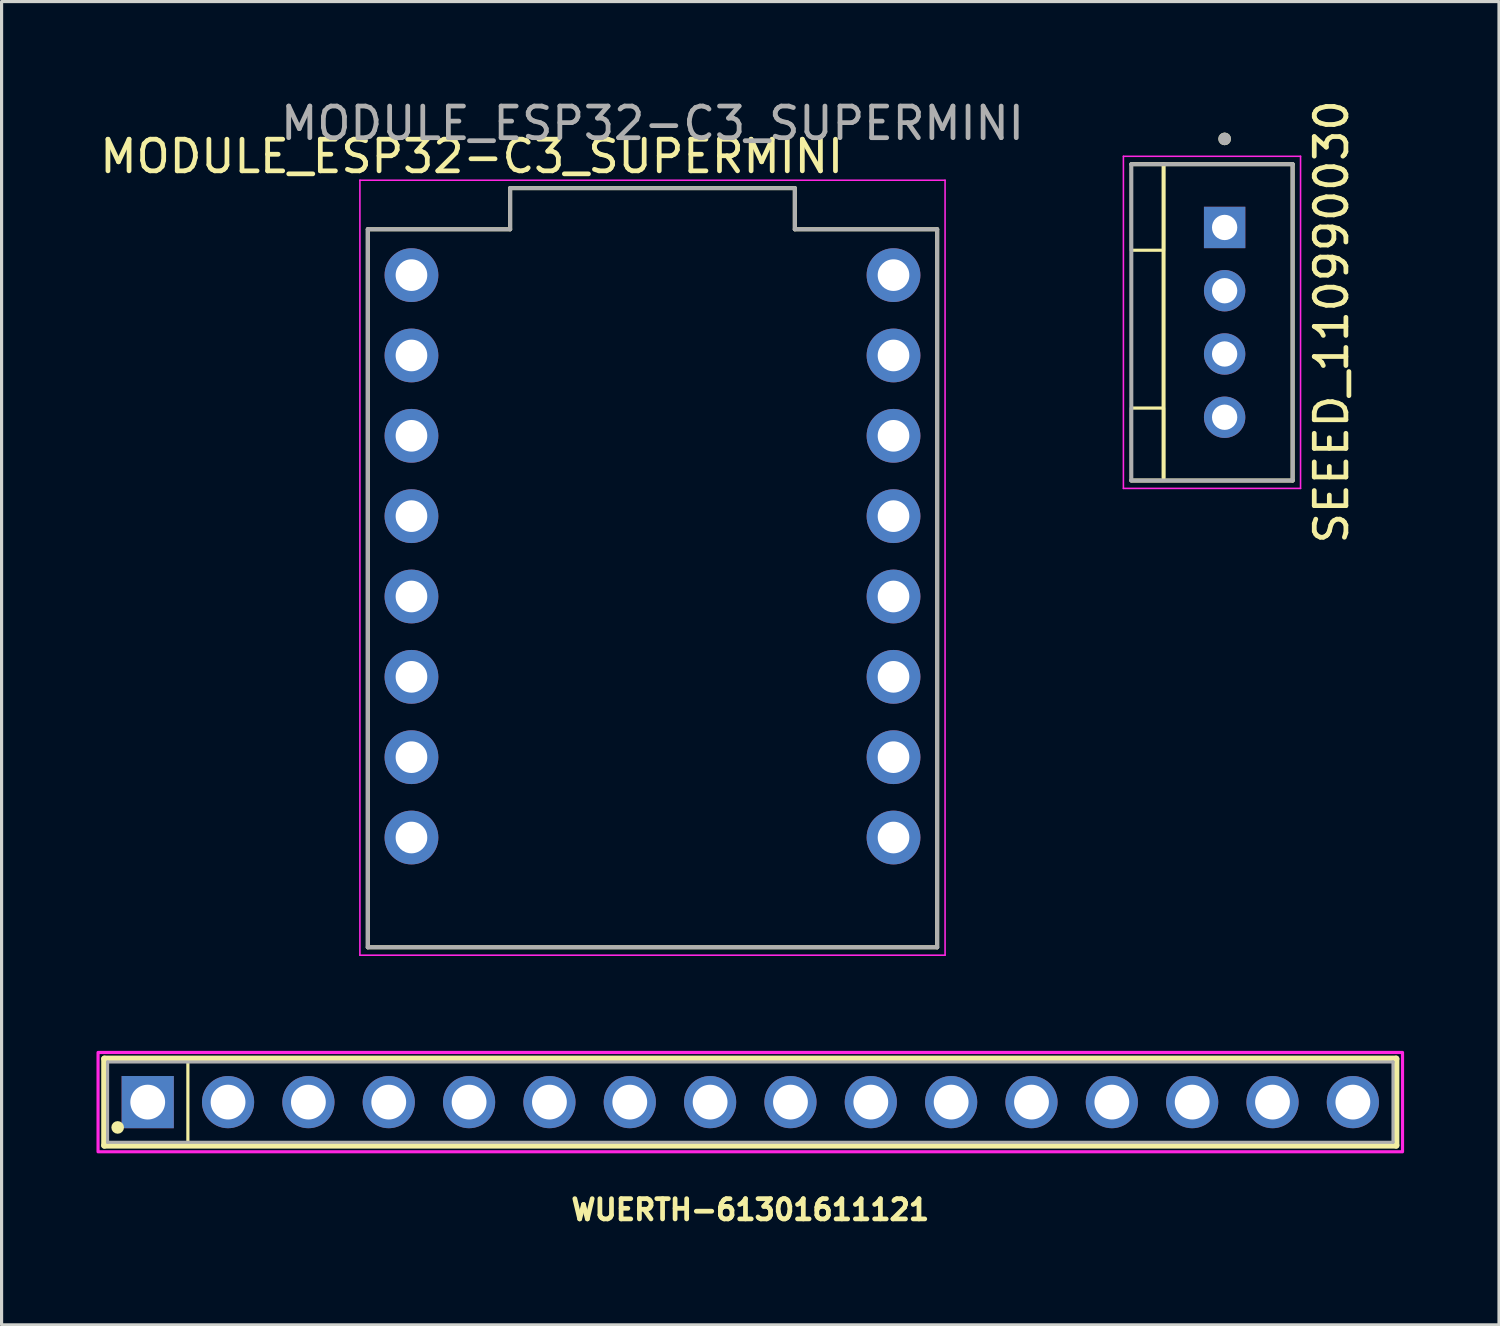
<source format=kicad_pcb>
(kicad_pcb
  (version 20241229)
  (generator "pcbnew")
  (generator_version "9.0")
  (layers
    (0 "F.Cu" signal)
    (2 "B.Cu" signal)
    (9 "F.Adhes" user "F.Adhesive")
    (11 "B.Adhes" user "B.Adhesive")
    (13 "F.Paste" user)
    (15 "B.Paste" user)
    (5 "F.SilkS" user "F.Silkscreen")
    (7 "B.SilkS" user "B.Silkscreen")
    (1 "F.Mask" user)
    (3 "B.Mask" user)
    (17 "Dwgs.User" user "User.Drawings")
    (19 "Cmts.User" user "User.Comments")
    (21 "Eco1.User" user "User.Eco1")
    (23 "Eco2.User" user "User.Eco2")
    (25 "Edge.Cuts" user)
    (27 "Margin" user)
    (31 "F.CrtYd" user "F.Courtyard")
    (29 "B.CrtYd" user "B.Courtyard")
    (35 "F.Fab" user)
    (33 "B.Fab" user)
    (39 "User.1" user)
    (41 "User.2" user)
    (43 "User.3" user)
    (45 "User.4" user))
  (footprint "MODULE_ESP32-C3_SUPERMINI"
    (layer "F.Cu")
    (at 17.578 15.548)
    (property "Reference" "MODULE_ESP32-C3_SUPERMINI" (at -5.715 -13.652 0) (layer "F.SilkS") (effects (font (size 1 1) (thickness 0.15))))
    (attr through_hole)
    (fp_line (start -9 11.35) (end -9 -11.35) (stroke (width 0.127) (type solid)) (layer "F.SilkS"))
    (fp_line (start -4.5 -12.65) (end -4.5 -11.35) (stroke (width 0.127) (type solid)) (layer "F.SilkS"))
    (fp_line (start -4.5 -11.35) (end -9 -11.35) (stroke (width 0.127) (type solid)) (layer "F.SilkS"))
    (fp_line (start 4.5 -12.65) (end -4.5 -12.65) (stroke (width 0.127) (type solid)) (layer "F.SilkS"))
    (fp_line (start 4.5 -12.65) (end 4.5 -11.35) (stroke (width 0.127) (type solid)) (layer "F.SilkS"))
    (fp_line (start 9 -11.35) (end 4.5 -11.35) (stroke (width 0.127) (type solid)) (layer "F.SilkS"))
    (fp_line (start 9 11.35) (end -9 11.35) (stroke (width 0.127) (type solid)) (layer "F.SilkS"))
    (fp_line (start 9 11.35) (end 9 -11.35) (stroke (width 0.127) (type solid)) (layer "F.SilkS"))
    (fp_line (start -9.25 -12.9) (end 9.25 -12.9) (stroke (width 0.05) (type solid)) (layer "F.CrtYd"))
    (fp_line (start -9.25 11.6) (end -9.25 -12.9) (stroke (width 0.05) (type solid)) (layer "F.CrtYd"))
    (fp_line (start 9.25 -12.9) (end 9.25 11.6) (stroke (width 0.05) (type solid)) (layer "F.CrtYd"))
    (fp_line (start 9.25 11.6) (end -9.25 11.6) (stroke (width 0.05) (type solid)) (layer "F.CrtYd"))
    (fp_line (start -9 11.35) (end -9 -11.35) (stroke (width 0.127) (type solid)) (layer "F.Fab"))
    (fp_line (start -4.5 -12.65) (end -4.5 -11.35) (stroke (width 0.127) (type solid)) (layer "F.Fab"))
    (fp_line (start -4.5 -11.35) (end -9 -11.35) (stroke (width 0.127) (type solid)) (layer "F.Fab"))
    (fp_line (start 4.5 -12.65) (end -4.5 -12.65) (stroke (width 0.127) (type solid)) (layer "F.Fab"))
    (fp_line (start 4.5 -12.65) (end 4.5 -11.35) (stroke (width 0.127) (type solid)) (layer "F.Fab"))
    (fp_line (start 9 -11.35) (end 4.5 -11.35) (stroke (width 0.127) (type solid)) (layer "F.Fab"))
    (fp_line (start 9 11.35) (end -9 11.35) (stroke (width 0.127) (type solid)) (layer "F.Fab"))
    (fp_line (start 9 11.35) (end 9 -11.35) (stroke (width 0.127) (type solid)) (layer "F.Fab"))
    (fp_text user "${REFERENCE}" (at 0 -14.7 0) (unlocked yes) (layer "F.Fab") (effects (font (size 1 1) (thickness 0.15))))
    (pad "0" thru_hole circle (at 7.62 7.88) (size 1.7 1.7) (drill 1) (layers "*.Cu" "*.Mask"))
    (pad "1" thru_hole circle (at 7.62 5.34) (size 1.7 1.7) (drill 1) (layers "*.Cu" "*.Mask"))
    (pad "2" thru_hole circle (at 7.62 2.8) (size 1.7 1.7) (drill 1) (layers "*.Cu" "*.Mask"))
    (pad "3" thru_hole circle (at 7.62 0.26) (size 1.7 1.7) (drill 1) (layers "*.Cu" "*.Mask"))
    (pad "3.3" thru_hole circle (at 7.62 -4.82) (size 1.7 1.7) (drill 1) (layers "*.Cu" "*.Mask"))
    (pad "4" thru_hole circle (at 7.62 -2.28) (size 1.7 1.7) (drill 1) (layers "*.Cu" "*.Mask"))
    (pad "5" thru_hole circle (at -7.62 -9.9) (size 1.7 1.7) (drill 1) (layers "*.Cu" "*.Mask"))
    (pad "5V" thru_hole circle (at 7.62 -9.9) (size 1.7 1.7) (drill 1) (layers "*.Cu" "*.Mask"))
    (pad "6" thru_hole circle (at -7.62 -7.36) (size 1.7 1.7) (drill 1) (layers "*.Cu" "*.Mask"))
    (pad "7" thru_hole circle (at -7.62 -4.82) (size 1.7 1.7) (drill 1) (layers "*.Cu" "*.Mask"))
    (pad "8" thru_hole circle (at -7.62 -2.28) (size 1.7 1.7) (drill 1) (layers "*.Cu" "*.Mask"))
    (pad "9" thru_hole circle (at -7.62 0.26) (size 1.7 1.7) (drill 1) (layers "*.Cu" "*.Mask"))
    (pad "10" thru_hole circle (at -7.62 2.8) (size 1.7 1.7) (drill 1) (layers "*.Cu" "*.Mask"))
    (pad "20" thru_hole circle (at -7.62 5.34) (size 1.7 1.7) (drill 1) (layers "*.Cu" "*.Mask"))
    (pad "21" thru_hole circle (at -7.62 7.88) (size 1.7 1.7) (drill 1) (layers "*.Cu" "*.Mask"))
    (pad "G" thru_hole circle (at 7.62 -7.36) (size 1.7 1.7) (drill 1) (layers "*.Cu" "*.Mask")))
  (footprint "WUERTH-61301611121"
    (layer "F.Cu")
    (at 20.67 31.793)
    (property "Reference" "WUERTH-61301611121" (at 0 3.404 0) (layer "F.SilkS") (effects (font (size 0.64 0.64) (thickness 0.15))))
    (attr through_hole)
    (fp_line (start -20.42 -1.37) (end 20.42 -1.37) (stroke (width 0.2) (type solid)) (layer "F.SilkS"))
    (fp_line (start -20.42 1.37) (end -20.42 -1.37) (stroke (width 0.2) (type solid)) (layer "F.SilkS"))
    (fp_line (start -17.78 -1.27) (end -17.78 1.27) (stroke (width 0.1) (type default)) (layer "F.SilkS"))
    (fp_line (start 20.42 -1.37) (end 20.42 1.37) (stroke (width 0.2) (type solid)) (layer "F.SilkS"))
    (fp_line (start 20.42 1.37) (end -20.42 1.37) (stroke (width 0.2) (type solid)) (layer "F.SilkS"))
    (fp_circle (center -20 0.8) (end -19.9 0.8) (stroke (width 0.2) (type solid)) (fill no) (layer "F.SilkS"))
    (fp_poly (pts (xy -20.62 -1.57) (xy 20.62 -1.57) (xy 20.62 1.57) (xy -20.62 1.57)) (stroke (width 0.1) (type solid)) (fill no) (layer "F.CrtYd"))
    (fp_line (start -20.32 -1.27) (end -20.32 1.27) (stroke (width 0.1) (type solid)) (layer "F.Fab"))
    (fp_line (start -20.32 1.27) (end 20.32 1.27) (stroke (width 0.1) (type solid)) (layer "F.Fab"))
    (fp_line (start 20.32 -1.27) (end -20.32 -1.27) (stroke (width 0.1) (type solid)) (layer "F.Fab"))
    (fp_line (start 20.32 1.27) (end 20.32 -1.27) (stroke (width 0.1) (type solid)) (layer "F.Fab"))
    (pad "1" thru_hole rect (at -19.05 0) (size 1.65 1.65) (drill 1.1) (layers "*.Cu" "*.Mask"))
    (pad "2" thru_hole circle (at -16.51 0) (size 1.65 1.65) (drill 1.1) (layers "*.Cu" "*.Mask"))
    (pad "3" thru_hole circle (at -13.97 0) (size 1.65 1.65) (drill 1.1) (layers "*.Cu" "*.Mask"))
    (pad "4" thru_hole circle (at -11.43 0) (size 1.65 1.65) (drill 1.1) (layers "*.Cu" "*.Mask"))
    (pad "5" thru_hole circle (at -8.89 0) (size 1.65 1.65) (drill 1.1) (layers "*.Cu" "*.Mask"))
    (pad "6" thru_hole circle (at -6.35 0) (size 1.65 1.65) (drill 1.1) (layers "*.Cu" "*.Mask"))
    (pad "7" thru_hole circle (at -3.81 0) (size 1.65 1.65) (drill 1.1) (layers "*.Cu" "*.Mask"))
    (pad "8" thru_hole circle (at -1.27 0) (size 1.65 1.65) (drill 1.1) (layers "*.Cu" "*.Mask"))
    (pad "9" thru_hole circle (at 1.27 0) (size 1.65 1.65) (drill 1.1) (layers "*.Cu" "*.Mask"))
    (pad "10" thru_hole circle (at 3.81 0) (size 1.65 1.65) (drill 1.1) (layers "*.Cu" "*.Mask"))
    (pad "11" thru_hole circle (at 6.35 0) (size 1.65 1.65) (drill 1.1) (layers "*.Cu" "*.Mask"))
    (pad "12" thru_hole circle (at 8.89 0) (size 1.65 1.65) (drill 1.1) (layers "*.Cu" "*.Mask"))
    (pad "13" thru_hole circle (at 11.43 0) (size 1.65 1.65) (drill 1.1) (layers "*.Cu" "*.Mask"))
    (pad "14" thru_hole circle (at 13.97 0) (size 1.65 1.65) (drill 1.1) (layers "*.Cu" "*.Mask"))
    (pad "15" thru_hole circle (at 16.51 0) (size 1.65 1.65) (drill 1.1) (layers "*.Cu" "*.Mask"))
    (pad "16" thru_hole circle (at 19.05 0) (size 1.65 1.65) (drill 1.1) (layers "*.Cu" "*.Mask")))
  (footprint "SEEED_110990030"
    (layer "F.Cu")
    (at 35.641 7.15)
    (property "Reference" "SEEED_110990030" (at 3.404 -0.025 270) (layer "F.SilkS") (effects (font (size 1 1) (thickness 0.15))))
    (attr through_hole)
    (fp_line (start -2.925 -5.009) (end 2.175 -5.009) (stroke (width 0.127) (type solid)) (layer "F.SilkS"))
    (fp_line (start -1.905 4.901) (end -1.905 -5.009) (stroke (width 0.127) (type solid)) (layer "F.SilkS"))
    (fp_line (start 2.175 -5.009) (end 2.175 4.991) (stroke (width 0.127) (type solid)) (layer "F.SilkS"))
    (fp_line (start 2.175 4.991) (end -2.925 4.991) (stroke (width 0.127) (type solid)) (layer "F.SilkS"))
    (fp_rect (start -2.925 -5.009) (end -1.905 -2.289) (stroke (width 0.1) (type default)) (fill no) (layer "F.SilkS"))
    (fp_rect (start -2.925 2.701) (end -1.905 4.991) (stroke (width 0.1) (type default)) (fill no) (layer "F.SilkS"))
    (fp_circle (center 0.025 -5.809) (end 0.025 -5.709) (stroke (width 0.2) (type solid)) (fill no) (layer "F.SilkS"))
    (fp_line (start -3.175 -5.259) (end 2.425 -5.259) (stroke (width 0.05) (type solid)) (layer "F.CrtYd"))
    (fp_line (start -3.175 5.241) (end -3.175 -5.259) (stroke (width 0.05) (type solid)) (layer "F.CrtYd"))
    (fp_line (start 2.425 -5.259) (end 2.425 5.241) (stroke (width 0.05) (type solid)) (layer "F.CrtYd"))
    (fp_line (start 2.425 5.241) (end -3.175 5.241) (stroke (width 0.05) (type solid)) (layer "F.CrtYd"))
    (fp_line (start -2.925 -5.009) (end 2.175 -5.009) (stroke (width 0.127) (type solid)) (layer "F.Fab"))
    (fp_line (start -2.925 4.991) (end -2.925 -5.009) (stroke (width 0.127) (type solid)) (layer "F.Fab"))
    (fp_line (start 2.175 -5.009) (end 2.175 4.991) (stroke (width 0.127) (type solid)) (layer "F.Fab"))
    (fp_line (start 2.175 4.991) (end -2.925 4.991) (stroke (width 0.127) (type solid)) (layer "F.Fab"))
    (fp_circle (center 0.025 -5.809) (end 0.025 -5.709) (stroke (width 0.2) (type solid)) (fill no) (layer "F.Fab"))
    (pad "1" thru_hole rect (at 0.025 -3.009 270) (size 1.308 1.308) (drill 0.8) (layers "*.Cu" "*.Mask"))
    (pad "2" thru_hole circle (at 0.025 -1.009 270) (size 1.308 1.308) (drill 0.8) (layers "*.Cu" "*.Mask"))
    (pad "3" thru_hole circle (at 0.025 0.991 270) (size 1.308 1.308) (drill 0.8) (layers "*.Cu" "*.Mask"))
    (pad "4" thru_hole circle (at 0.025 2.991 270) (size 1.308 1.308) (drill 0.8) (layers "*.Cu" "*.Mask")))
  (gr_rect
    (start -3 -3)
    (end 44.34 38.834)
    (stroke (width 0.1) (type default))
    (fill no)
    (layer "Edge.Cuts")))
</source>
